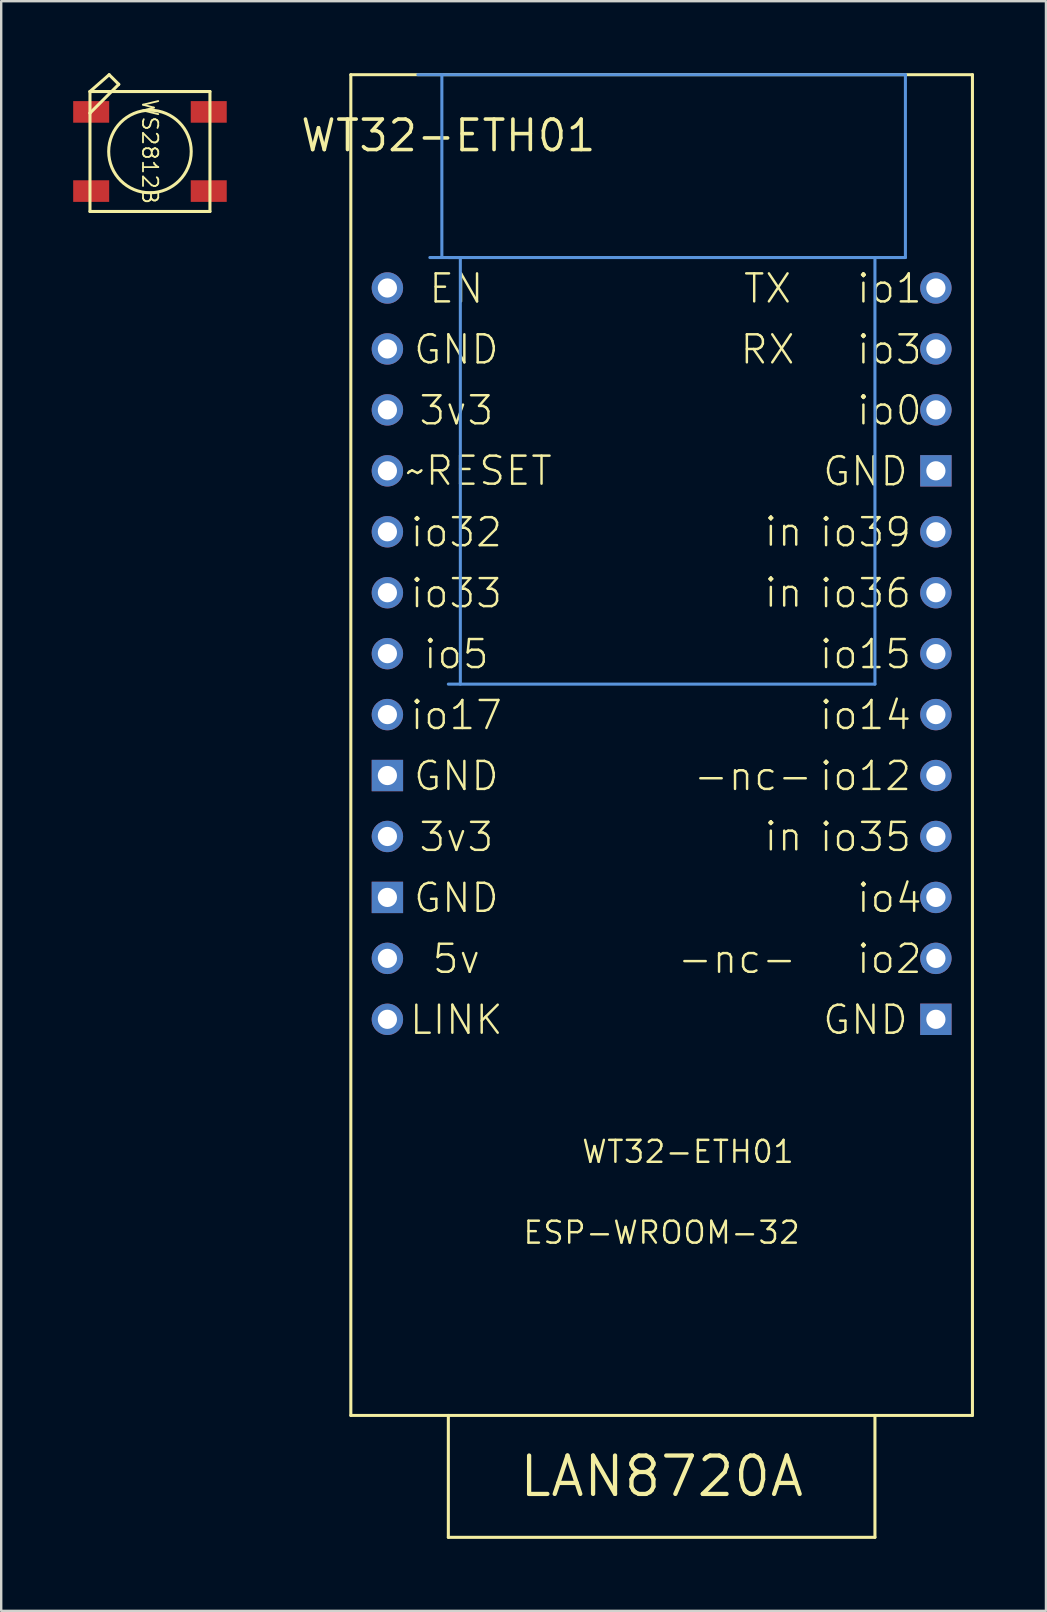
<source format=kicad_pcb>
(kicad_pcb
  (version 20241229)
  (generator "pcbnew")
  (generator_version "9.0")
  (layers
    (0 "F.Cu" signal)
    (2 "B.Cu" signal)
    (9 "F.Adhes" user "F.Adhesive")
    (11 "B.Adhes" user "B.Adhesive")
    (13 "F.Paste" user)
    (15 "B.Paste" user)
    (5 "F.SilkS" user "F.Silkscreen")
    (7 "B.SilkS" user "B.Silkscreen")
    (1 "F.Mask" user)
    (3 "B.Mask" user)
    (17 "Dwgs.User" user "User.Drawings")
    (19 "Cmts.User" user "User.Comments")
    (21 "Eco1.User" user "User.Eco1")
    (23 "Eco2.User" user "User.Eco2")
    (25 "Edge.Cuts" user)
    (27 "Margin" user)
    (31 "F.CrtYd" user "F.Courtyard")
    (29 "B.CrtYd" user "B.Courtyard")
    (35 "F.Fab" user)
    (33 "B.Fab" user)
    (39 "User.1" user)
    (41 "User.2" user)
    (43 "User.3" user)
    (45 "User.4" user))
  (footprint "WT32-ETH01"
    (layer "F.Cu")
    (at 24.526 25.463)
    (property "Reference" "WT32-ETH01" (at -8.89 -22.86 0) (layer "F.SilkS") (effects (font (size 1.27 1.27) (thickness 0.15))))
    (fp_line (start -12.954 -25.4) (end 12.954 -25.4) (stroke (width 0.127) (type solid)) (layer "F.SilkS"))
    (fp_line (start -12.954 30.48) (end -12.954 -25.4) (stroke (width 0.127) (type solid)) (layer "F.SilkS"))
    (fp_line (start -8.89 35.56) (end -8.89 30.48) (stroke (width 0.127) (type solid)) (layer "F.SilkS"))
    (fp_line (start 8.89 30.48) (end 8.89 35.56) (stroke (width 0.127) (type solid)) (layer "F.SilkS"))
    (fp_line (start 8.89 35.56) (end -8.89 35.56) (stroke (width 0.127) (type solid)) (layer "F.SilkS"))
    (fp_line (start 12.954 -25.4) (end 12.954 30.48) (stroke (width 0.127) (type solid)) (layer "F.SilkS"))
    (fp_line (start 12.954 30.48) (end -12.954 30.48) (stroke (width 0.127) (type solid)) (layer "F.SilkS"))
    (fp_line (start -10.16 -25.4) (end 10.16 -25.4) (stroke (width 0.127) (type solid)) (layer "Cmts.User"))
    (fp_line (start -9.16 -17.78) (end -9.16 -25.4) (stroke (width 0.127) (type solid)) (layer "Cmts.User"))
    (fp_line (start -8.89 -17.78) (end 8.89 -17.78) (stroke (width 0.127) (type solid)) (layer "Cmts.User"))
    (fp_line (start -8.39 -17.78) (end -9.66 -17.78) (stroke (width 0.127) (type solid)) (layer "Cmts.User"))
    (fp_line (start -8.39 0) (end -8.39 -17.78) (stroke (width 0.127) (type solid)) (layer "Cmts.User"))
    (fp_line (start 8.89 -17.78) (end 8.89 0) (stroke (width 0.127) (type solid)) (layer "Cmts.User"))
    (fp_line (start 8.89 0) (end -8.89 0) (stroke (width 0.127) (type solid)) (layer "Cmts.User"))
    (fp_line (start 10.16 -25.4) (end 10.16 -17.78) (stroke (width 0.127) (type solid)) (layer "Cmts.User"))
    (fp_line (start 10.16 -17.78) (end 8.89 -17.78) (stroke (width 0.127) (type solid)) (layer "Cmts.User"))
    (fp_text user "io17" (at -8.556 1.293 0) (layer "F.SilkS") (effects (font (size 1.168 1.168) (thickness 0.102))))
    (fp_text user "GND" (at -8.556 8.913 0) (layer "F.SilkS") (effects (font (size 1.168 1.168) (thickness 0.102))))
    (fp_text user "io1" (at 9.494 -16.487 0) (layer "F.SilkS") (effects (font (size 1.168 1.168) (thickness 0.102))))
    (fp_text user "io32" (at -8.556 -6.327 0) (layer "F.SilkS") (effects (font (size 1.168 1.168) (thickness 0.102))))
    (fp_text user "io35" (at 8.494 6.373 0) (layer "F.SilkS") (effects (font (size 1.168 1.168) (thickness 0.102))))
    (fp_text user "3v3" (at -8.556 6.373 0) (layer "F.SilkS") (effects (font (size 1.168 1.168) (thickness 0.102))))
    (fp_text user "-nc-" (at 3.144 11.453 0) (layer "F.SilkS") (effects (font (size 1.168 1.168) (thickness 0.102))))
    (fp_text user "LAN8720A" (at 0 33.02 0) (layer "F.SilkS") (effects (font (size 1.6 1.6) (thickness 0.178))))
    (fp_text user "TX" (at 4.414 -16.487 0) (layer "F.SilkS") (effects (font (size 1.168 1.168) (thickness 0.102))))
    (fp_text user "ESP-WROOM-32" (at 0 22.86 0) (layer "F.SilkS") (effects (font (size 0.914 0.914) (thickness 0.102))))
    (fp_text user "LINK" (at -8.556 13.993 0) (layer "F.SilkS") (effects (font (size 1.168 1.168) (thickness 0.102))))
    (fp_text user "RX" (at 4.414 -13.947 0) (layer "F.SilkS") (effects (font (size 1.168 1.168) (thickness 0.102))))
    (fp_text user "io36" (at 8.494 -3.787 0) (layer "F.SilkS") (effects (font (size 1.168 1.168) (thickness 0.102))))
    (fp_text user "io4" (at 9.494 8.913 0) (layer "F.SilkS") (effects (font (size 1.168 1.168) (thickness 0.102))))
    (fp_text user "io39" (at 8.494 -6.327 0) (layer "F.SilkS") (effects (font (size 1.168 1.168) (thickness 0.102))))
    (fp_text user "io3" (at 9.494 -13.947 0) (layer "F.SilkS") (effects (font (size 1.168 1.168) (thickness 0.102))))
    (fp_text user "WT32-ETH01" (at 1.097 19.49 0) (layer "F.SilkS") (effects (font (size 0.914 0.914) (thickness 0.102))))
    (fp_text user "io2" (at 9.494 11.453 0) (layer "F.SilkS") (effects (font (size 1.168 1.168) (thickness 0.102))))
    (fp_text user "GND" (at 8.494 -8.867 0) (layer "F.SilkS") (effects (font (size 1.168 1.168) (thickness 0.102))))
    (fp_text user "5v" (at -8.556 11.453 0) (layer "F.SilkS") (effects (font (size 1.168 1.168) (thickness 0.102))))
    (fp_text user "io12" (at 8.494 3.833 0) (layer "F.SilkS") (effects (font (size 1.168 1.168) (thickness 0.102))))
    (fp_text user "io15" (at 8.494 -1.247 0) (layer "F.SilkS") (effects (font (size 1.168 1.168) (thickness 0.102))))
    (fp_text user "io14" (at 8.494 1.293 0) (layer "F.SilkS") (effects (font (size 1.168 1.168) (thickness 0.102))))
    (fp_text user "io5" (at -8.556 -1.247 0) (layer "F.SilkS") (effects (font (size 1.168 1.168) (thickness 0.102))))
    (fp_text user "io0" (at 9.494 -11.407 0) (layer "F.SilkS") (effects (font (size 1.168 1.168) (thickness 0.102))))
    (fp_text user "GND" (at -8.556 -13.947 0) (layer "F.SilkS") (effects (font (size 1.168 1.168) (thickness 0.102))))
    (fp_text user "3v3" (at -8.556 -11.407 0) (layer "F.SilkS") (effects (font (size 1.168 1.168) (thickness 0.102))))
    (fp_text user "in" (at 5.08 6.35 0) (layer "F.SilkS") (effects (font (size 1.168 1.168) (thickness 0.102))))
    (fp_text user "in" (at 5.08 -3.81 0) (layer "F.SilkS") (effects (font (size 1.168 1.168) (thickness 0.102))))
    (fp_text user "EN" (at -8.556 -16.487 0) (layer "F.SilkS") (effects (font (size 1.168 1.168) (thickness 0.102))))
    (fp_text user "~RESET" (at -7.62 -8.89 0) (layer "F.SilkS") (effects (font (size 1.168 1.168) (thickness 0.102))))
    (fp_text user "io33" (at -8.556 -3.787 0) (layer "F.SilkS") (effects (font (size 1.168 1.168) (thickness 0.102))))
    (fp_text user "in" (at 5.08 -6.35 0) (layer "F.SilkS") (effects (font (size 1.168 1.168) (thickness 0.102))))
    (fp_text user "-nc-" (at 3.81 3.833 0) (layer "F.SilkS") (effects (font (size 1.168 1.168) (thickness 0.102))))
    (fp_text user "GND" (at -8.556 3.833 0) (layer "F.SilkS") (effects (font (size 1.168 1.168) (thickness 0.102))))
    (fp_text user "GND" (at 8.494 13.993 0) (layer "F.SilkS") (effects (font (size 1.168 1.168) (thickness 0.102))))
    (pad "!RESET" thru_hole circle (at -11.43 -8.89) (size 1.308 1.308) (drill 0.8) (layers "*.Cu" "*.Mask"))
    (pad "3V3" thru_hole circle (at -11.43 -11.43) (size 1.308 1.308) (drill 0.8) (layers "*.Cu" "*.Mask"))
    (pad "3V3@1" thru_hole circle (at -11.43 6.35) (size 1.308 1.308) (drill 0.8) (layers "*.Cu" "*.Mask"))
    (pad "5V" thru_hole circle (at -11.43 11.43) (size 1.308 1.308) (drill 0.8) (layers "*.Cu" "*.Mask"))
    (pad "EN" thru_hole circle (at -11.43 -16.51) (size 1.308 1.308) (drill 0.8) (layers "*.Cu" "*.Mask"))
    (pad "GND" thru_hole rect (at 11.43 13.97) (size 1.308 1.308) (drill 0.8) (layers "*.Cu" "*.Mask"))
    (pad "GND@1" thru_hole rect (at 11.43 -8.89) (size 1.308 1.308) (drill 0.8) (layers "*.Cu" "*.Mask"))
    (pad "GND@2" thru_hole circle (at -11.43 -13.97) (size 1.308 1.308) (drill 0.8) (layers "*.Cu" "*.Mask"))
    (pad "GND@3" thru_hole rect (at -11.43 3.81) (size 1.308 1.308) (drill 0.8) (layers "*.Cu" "*.Mask"))
    (pad "GND@4" thru_hole rect (at -11.43 8.89) (size 1.308 1.308) (drill 0.8) (layers "*.Cu" "*.Mask"))
    (pad "IO0" thru_hole circle (at 11.43 -11.43) (size 1.308 1.308) (drill 0.8) (layers "*.Cu" "*.Mask"))
    (pad "IO1" thru_hole circle (at 11.43 -16.51) (size 1.308 1.308) (drill 0.8) (layers "*.Cu" "*.Mask"))
    (pad "IO2" thru_hole circle (at 11.43 11.43) (size 1.308 1.308) (drill 0.8) (layers "*.Cu" "*.Mask"))
    (pad "IO3" thru_hole circle (at 11.43 -13.97) (size 1.308 1.308) (drill 0.8) (layers "*.Cu" "*.Mask"))
    (pad "IO4" thru_hole circle (at 11.43 8.89) (size 1.308 1.308) (drill 0.8) (layers "*.Cu" "*.Mask"))
    (pad "IO5" thru_hole circle (at -11.43 -1.27) (size 1.308 1.308) (drill 0.8) (layers "*.Cu" "*.Mask"))
    (pad "IO12" thru_hole circle (at 11.43 3.81) (size 1.308 1.308) (drill 0.8) (layers "*.Cu" "*.Mask"))
    (pad "IO14" thru_hole circle (at 11.43 1.27) (size 1.308 1.308) (drill 0.8) (layers "*.Cu" "*.Mask"))
    (pad "IO15" thru_hole circle (at 11.43 -1.27) (size 1.308 1.308) (drill 0.8) (layers "*.Cu" "*.Mask"))
    (pad "IO17" thru_hole circle (at -11.43 1.27) (size 1.308 1.308) (drill 0.8) (layers "*.Cu" "*.Mask"))
    (pad "IO32" thru_hole circle (at -11.43 -6.35) (size 1.308 1.308) (drill 0.8) (layers "*.Cu" "*.Mask"))
    (pad "IO33" thru_hole circle (at -11.43 -3.81) (size 1.308 1.308) (drill 0.8) (layers "*.Cu" "*.Mask"))
    (pad "IO35" thru_hole circle (at 11.43 6.35) (size 1.308 1.308) (drill 0.8) (layers "*.Cu" "*.Mask"))
    (pad "IO36" thru_hole circle (at 11.43 -3.81) (size 1.308 1.308) (drill 0.8) (layers "*.Cu" "*.Mask"))
    (pad "IO39" thru_hole circle (at 11.43 -6.35) (size 1.308 1.308) (drill 0.8) (layers "*.Cu" "*.Mask"))
    (pad "LINK" thru_hole circle (at -11.43 13.97) (size 1.308 1.308) (drill 0.8) (layers "*.Cu" "*.Mask")))
  (footprint "WS2812B"
    (layer "F.Cu")
    (at 3.2 3.264)
    (property "Reference" "WS2812B" (at 0 0 270) (unlocked yes) (layer "F.SilkS") (effects (font (size 0.635 0.635) (thickness 0.076))))
    (fp_line (start -2.5 -2.5) (end -1.6 -2.5) (stroke (width 0.127) (type solid)) (layer "F.SilkS"))
    (fp_line (start -2.5 -1.6) (end -2.5 -2.5) (stroke (width 0.127) (type solid)) (layer "F.SilkS"))
    (fp_line (start -2.5 -1.6) (end -1.6 -2.5) (stroke (width 0.127) (type solid)) (layer "F.SilkS"))
    (fp_line (start -2.5 2.5) (end -2.5 -1.6) (stroke (width 0.127) (type solid)) (layer "F.SilkS"))
    (fp_line (start -1.7 -3.2) (end -2.5 -2.5) (stroke (width 0.127) (type solid)) (layer "F.SilkS"))
    (fp_line (start -1.6 -2.5) (end -1.3 -2.8) (stroke (width 0.127) (type solid)) (layer "F.SilkS"))
    (fp_line (start -1.6 -2.5) (end 2.5 -2.5) (stroke (width 0.127) (type solid)) (layer "F.SilkS"))
    (fp_line (start -1.3 -2.8) (end -1.7 -3.2) (stroke (width 0.127) (type solid)) (layer "F.SilkS"))
    (fp_line (start 2.5 -2.5) (end 2.5 2.5) (stroke (width 0.127) (type solid)) (layer "F.SilkS"))
    (fp_line (start 2.5 2.5) (end -2.5 2.5) (stroke (width 0.127) (type solid)) (layer "F.SilkS"))
    (fp_circle (center 0 0) (end 1.72 0) (stroke (width 0.127) (type solid)) (fill no) (layer "F.SilkS"))
    (pad "1-VDD" smd rect (at 2.45 1.65 180) (size 1.5 0.9) (layers "F.Cu" "F.Mask" "F.Paste"))
    (pad "2-DOUT" smd rect (at 2.45 -1.65 180) (size 1.5 0.9) (layers "F.Cu" "F.Mask" "F.Paste"))
    (pad "3-GND" smd rect (at -2.45 -1.65 180) (size 1.5 0.9) (layers "F.Cu" "F.Mask" "F.Paste"))
    (pad "4-DIN" smd rect (at -2.45 1.65 180) (size 1.5 0.9) (layers "F.Cu" "F.Mask" "F.Paste")))
  (gr_rect
    (start -3 -3)
    (end 40.544 64.087)
    (stroke (width 0.1) (type default))
    (fill no)
    (layer "Edge.Cuts")))
</source>
